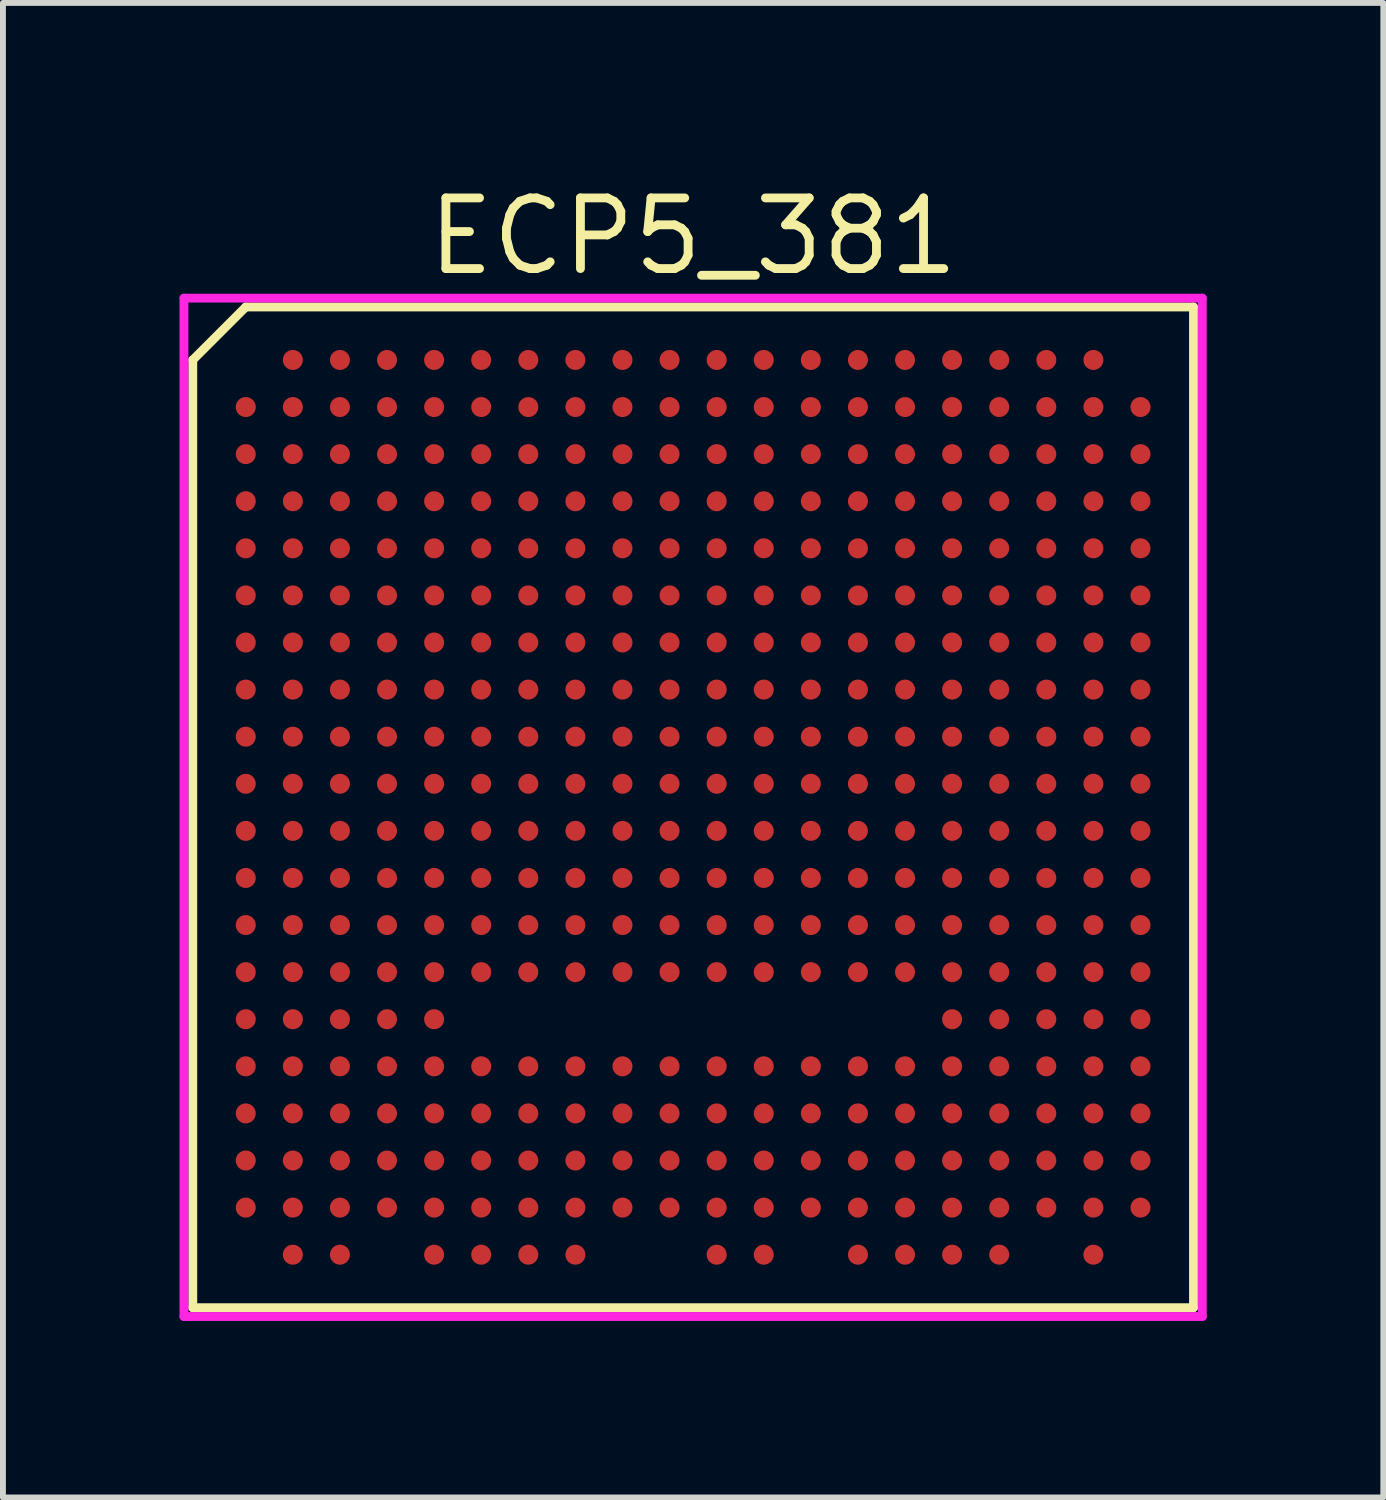
<source format=kicad_pcb>
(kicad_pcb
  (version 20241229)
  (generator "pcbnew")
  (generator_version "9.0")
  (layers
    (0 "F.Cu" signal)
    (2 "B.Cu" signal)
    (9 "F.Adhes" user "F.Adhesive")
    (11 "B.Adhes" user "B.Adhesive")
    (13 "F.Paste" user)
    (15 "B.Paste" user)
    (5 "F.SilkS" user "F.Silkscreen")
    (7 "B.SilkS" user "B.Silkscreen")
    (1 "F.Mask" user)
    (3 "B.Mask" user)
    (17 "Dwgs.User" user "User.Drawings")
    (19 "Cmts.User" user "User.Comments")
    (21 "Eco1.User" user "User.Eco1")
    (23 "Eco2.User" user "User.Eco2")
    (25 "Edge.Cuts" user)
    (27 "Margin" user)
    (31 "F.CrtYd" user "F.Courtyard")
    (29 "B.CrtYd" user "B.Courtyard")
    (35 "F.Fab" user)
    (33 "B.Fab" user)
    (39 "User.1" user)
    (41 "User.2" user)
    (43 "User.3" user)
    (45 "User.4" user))
  (footprint "ECP5_381"
    (layer "F.Cu")
    (at 8.725 10.665)
    (property "Reference" "ECP5_381" (at 0 -9.7 0) (layer "F.SilkS") (effects (font (size 1.2 1.2) (thickness 0.15))))
    (attr through_hole)
    (fp_line (start -8.5 -7.6) (end -8.5 8.5) (stroke (width 0.15) (type solid)) (layer "F.SilkS"))
    (fp_line (start -8.5 8.5) (end 8.5 8.5) (stroke (width 0.15) (type solid)) (layer "F.SilkS"))
    (fp_line (start -7.6 -8.5) (end -8.5 -7.6) (stroke (width 0.15) (type solid)) (layer "F.SilkS"))
    (fp_line (start 8.5 -8.5) (end -7.6 -8.5) (stroke (width 0.15) (type solid)) (layer "F.SilkS"))
    (fp_line (start 8.5 8.5) (end 8.5 -8.5) (stroke (width 0.15) (type solid)) (layer "F.SilkS"))
    (fp_line (start -8.65 -8.65) (end 8.65 -8.65) (stroke (width 0.15) (type solid)) (layer "F.CrtYd"))
    (fp_line (start -8.65 8.65) (end -8.65 -8.65) (stroke (width 0.15) (type solid)) (layer "F.CrtYd"))
    (fp_line (start 8.65 -8.65) (end 8.65 8.65) (stroke (width 0.15) (type solid)) (layer "F.CrtYd"))
    (fp_line (start 8.65 8.65) (end -8.65 8.65) (stroke (width 0.15) (type solid)) (layer "F.CrtYd"))
    (pad "A2" smd circle (at -6.8 -7.6) (size 0.34 0.34) (layers "F.Cu" "F.Mask" "F.Paste"))
    (pad "A3" smd circle (at -6 -7.6) (size 0.34 0.34) (layers "F.Cu" "F.Mask" "F.Paste"))
    (pad "A4" smd circle (at -5.2 -7.6) (size 0.34 0.34) (layers "F.Cu" "F.Mask" "F.Paste"))
    (pad "A5" smd circle (at -4.4 -7.6) (size 0.34 0.34) (layers "F.Cu" "F.Mask" "F.Paste"))
    (pad "A6" smd circle (at -3.6 -7.6) (size 0.34 0.34) (layers "F.Cu" "F.Mask" "F.Paste"))
    (pad "A7" smd circle (at -2.8 -7.6) (size 0.34 0.34) (layers "F.Cu" "F.Mask" "F.Paste"))
    (pad "A8" smd circle (at -2 -7.6) (size 0.34 0.34) (layers "F.Cu" "F.Mask" "F.Paste"))
    (pad "A9" smd circle (at -1.2 -7.6) (size 0.34 0.34) (layers "F.Cu" "F.Mask" "F.Paste"))
    (pad "A10" smd circle (at -0.4 -7.6) (size 0.34 0.34) (layers "F.Cu" "F.Mask" "F.Paste"))
    (pad "A11" smd circle (at 0.4 -7.6) (size 0.34 0.34) (layers "F.Cu" "F.Mask" "F.Paste"))
    (pad "A12" smd circle (at 1.2 -7.6) (size 0.34 0.34) (layers "F.Cu" "F.Mask" "F.Paste"))
    (pad "A13" smd circle (at 2 -7.6) (size 0.34 0.34) (layers "F.Cu" "F.Mask" "F.Paste"))
    (pad "A14" smd circle (at 2.8 -7.6) (size 0.34 0.34) (layers "F.Cu" "F.Mask" "F.Paste"))
    (pad "A15" smd circle (at 3.6 -7.6) (size 0.34 0.34) (layers "F.Cu" "F.Mask" "F.Paste"))
    (pad "A16" smd circle (at 4.4 -7.6) (size 0.34 0.34) (layers "F.Cu" "F.Mask" "F.Paste"))
    (pad "A17" smd circle (at 5.2 -7.6) (size 0.34 0.34) (layers "F.Cu" "F.Mask" "F.Paste"))
    (pad "A18" smd circle (at 6 -7.6) (size 0.34 0.34) (layers "F.Cu" "F.Mask" "F.Paste"))
    (pad "A19" smd circle (at 6.8 -7.6) (size 0.34 0.34) (layers "F.Cu" "F.Mask" "F.Paste"))
    (pad "B1" smd circle (at -7.6 -6.8) (size 0.34 0.34) (layers "F.Cu" "F.Mask" "F.Paste"))
    (pad "B2" smd circle (at -6.8 -6.8) (size 0.34 0.34) (layers "F.Cu" "F.Mask" "F.Paste"))
    (pad "B3" smd circle (at -6 -6.8) (size 0.34 0.34) (layers "F.Cu" "F.Mask" "F.Paste"))
    (pad "B4" smd circle (at -5.2 -6.8) (size 0.34 0.34) (layers "F.Cu" "F.Mask" "F.Paste"))
    (pad "B5" smd circle (at -4.4 -6.8) (size 0.34 0.34) (layers "F.Cu" "F.Mask" "F.Paste"))
    (pad "B6" smd circle (at -3.6 -6.8) (size 0.34 0.34) (layers "F.Cu" "F.Mask" "F.Paste"))
    (pad "B7" smd circle (at -2.8 -6.8) (size 0.34 0.34) (layers "F.Cu" "F.Mask" "F.Paste"))
    (pad "B8" smd circle (at -2 -6.8) (size 0.34 0.34) (layers "F.Cu" "F.Mask" "F.Paste"))
    (pad "B9" smd circle (at -1.2 -6.8) (size 0.34 0.34) (layers "F.Cu" "F.Mask" "F.Paste"))
    (pad "B10" smd circle (at -0.4 -6.8) (size 0.34 0.34) (layers "F.Cu" "F.Mask" "F.Paste"))
    (pad "B11" smd circle (at 0.4 -6.8) (size 0.34 0.34) (layers "F.Cu" "F.Mask" "F.Paste"))
    (pad "B12" smd circle (at 1.2 -6.8) (size 0.34 0.34) (layers "F.Cu" "F.Mask" "F.Paste"))
    (pad "B13" smd circle (at 2 -6.8) (size 0.34 0.34) (layers "F.Cu" "F.Mask" "F.Paste"))
    (pad "B14" smd circle (at 2.8 -6.8) (size 0.34 0.34) (layers "F.Cu" "F.Mask" "F.Paste"))
    (pad "B15" smd circle (at 3.6 -6.8) (size 0.34 0.34) (layers "F.Cu" "F.Mask" "F.Paste"))
    (pad "B16" smd circle (at 4.4 -6.8) (size 0.34 0.34) (layers "F.Cu" "F.Mask" "F.Paste"))
    (pad "B17" smd circle (at 5.2 -6.8) (size 0.34 0.34) (layers "F.Cu" "F.Mask" "F.Paste"))
    (pad "B18" smd circle (at 6 -6.8) (size 0.34 0.34) (layers "F.Cu" "F.Mask" "F.Paste"))
    (pad "B19" smd circle (at 6.8 -6.8) (size 0.34 0.34) (layers "F.Cu" "F.Mask" "F.Paste"))
    (pad "B20" smd circle (at 7.6 -6.8) (size 0.34 0.34) (layers "F.Cu" "F.Mask" "F.Paste"))
    (pad "C1" smd circle (at -7.6 -6) (size 0.34 0.34) (layers "F.Cu" "F.Mask" "F.Paste"))
    (pad "C2" smd circle (at -6.8 -6) (size 0.34 0.34) (layers "F.Cu" "F.Mask" "F.Paste"))
    (pad "C3" smd circle (at -6 -6) (size 0.34 0.34) (layers "F.Cu" "F.Mask" "F.Paste"))
    (pad "C4" smd circle (at -5.2 -6) (size 0.34 0.34) (layers "F.Cu" "F.Mask" "F.Paste"))
    (pad "C5" smd circle (at -4.4 -6) (size 0.34 0.34) (layers "F.Cu" "F.Mask" "F.Paste"))
    (pad "C6" smd circle (at -3.6 -6) (size 0.34 0.34) (layers "F.Cu" "F.Mask" "F.Paste"))
    (pad "C7" smd circle (at -2.8 -6) (size 0.34 0.34) (layers "F.Cu" "F.Mask" "F.Paste"))
    (pad "C8" smd circle (at -2 -6) (size 0.34 0.34) (layers "F.Cu" "F.Mask" "F.Paste"))
    (pad "C9" smd circle (at -1.2 -6) (size 0.34 0.34) (layers "F.Cu" "F.Mask" "F.Paste"))
    (pad "C10" smd circle (at -0.4 -6) (size 0.34 0.34) (layers "F.Cu" "F.Mask" "F.Paste"))
    (pad "C11" smd circle (at 0.4 -6) (size 0.34 0.34) (layers "F.Cu" "F.Mask" "F.Paste"))
    (pad "C12" smd circle (at 1.2 -6) (size 0.34 0.34) (layers "F.Cu" "F.Mask" "F.Paste"))
    (pad "C13" smd circle (at 2 -6) (size 0.34 0.34) (layers "F.Cu" "F.Mask" "F.Paste"))
    (pad "C14" smd circle (at 2.8 -6) (size 0.34 0.34) (layers "F.Cu" "F.Mask" "F.Paste"))
    (pad "C15" smd circle (at 3.6 -6) (size 0.34 0.34) (layers "F.Cu" "F.Mask" "F.Paste"))
    (pad "C16" smd circle (at 4.4 -6) (size 0.34 0.34) (layers "F.Cu" "F.Mask" "F.Paste"))
    (pad "C17" smd circle (at 5.2 -6) (size 0.34 0.34) (layers "F.Cu" "F.Mask" "F.Paste"))
    (pad "C18" smd circle (at 6 -6) (size 0.34 0.34) (layers "F.Cu" "F.Mask" "F.Paste"))
    (pad "C19" smd circle (at 6.8 -6) (size 0.34 0.34) (layers "F.Cu" "F.Mask" "F.Paste"))
    (pad "C20" smd circle (at 7.6 -6) (size 0.34 0.34) (layers "F.Cu" "F.Mask" "F.Paste"))
    (pad "D1" smd circle (at -7.6 -5.2) (size 0.34 0.34) (layers "F.Cu" "F.Mask" "F.Paste"))
    (pad "D2" smd circle (at -6.8 -5.2) (size 0.34 0.34) (layers "F.Cu" "F.Mask" "F.Paste"))
    (pad "D3" smd circle (at -6 -5.2) (size 0.34 0.34) (layers "F.Cu" "F.Mask" "F.Paste"))
    (pad "D4" smd circle (at -5.2 -5.2) (size 0.34 0.34) (layers "F.Cu" "F.Mask" "F.Paste"))
    (pad "D5" smd circle (at -4.4 -5.2) (size 0.34 0.34) (layers "F.Cu" "F.Mask" "F.Paste"))
    (pad "D6" smd circle (at -3.6 -5.2) (size 0.34 0.34) (layers "F.Cu" "F.Mask" "F.Paste"))
    (pad "D7" smd circle (at -2.8 -5.2) (size 0.34 0.34) (layers "F.Cu" "F.Mask" "F.Paste"))
    (pad "D8" smd circle (at -2 -5.2) (size 0.34 0.34) (layers "F.Cu" "F.Mask" "F.Paste"))
    (pad "D9" smd circle (at -1.2 -5.2) (size 0.34 0.34) (layers "F.Cu" "F.Mask" "F.Paste"))
    (pad "D10" smd circle (at -0.4 -5.2) (size 0.34 0.34) (layers "F.Cu" "F.Mask" "F.Paste"))
    (pad "D11" smd circle (at 0.4 -5.2) (size 0.34 0.34) (layers "F.Cu" "F.Mask" "F.Paste"))
    (pad "D12" smd circle (at 1.2 -5.2) (size 0.34 0.34) (layers "F.Cu" "F.Mask" "F.Paste"))
    (pad "D13" smd circle (at 2 -5.2) (size 0.34 0.34) (layers "F.Cu" "F.Mask" "F.Paste"))
    (pad "D14" smd circle (at 2.8 -5.2) (size 0.34 0.34) (layers "F.Cu" "F.Mask" "F.Paste"))
    (pad "D15" smd circle (at 3.6 -5.2) (size 0.34 0.34) (layers "F.Cu" "F.Mask" "F.Paste"))
    (pad "D16" smd circle (at 4.4 -5.2) (size 0.34 0.34) (layers "F.Cu" "F.Mask" "F.Paste"))
    (pad "D17" smd circle (at 5.2 -5.2) (size 0.34 0.34) (layers "F.Cu" "F.Mask" "F.Paste"))
    (pad "D18" smd circle (at 6 -5.2) (size 0.34 0.34) (layers "F.Cu" "F.Mask" "F.Paste"))
    (pad "D19" smd circle (at 6.8 -5.2) (size 0.34 0.34) (layers "F.Cu" "F.Mask" "F.Paste"))
    (pad "D20" smd circle (at 7.6 -5.2) (size 0.34 0.34) (layers "F.Cu" "F.Mask" "F.Paste"))
    (pad "E1" smd circle (at -7.6 -4.4) (size 0.34 0.34) (layers "F.Cu" "F.Mask" "F.Paste"))
    (pad "E2" smd circle (at -6.8 -4.4) (size 0.34 0.34) (layers "F.Cu" "F.Mask" "F.Paste"))
    (pad "E3" smd circle (at -6 -4.4) (size 0.34 0.34) (layers "F.Cu" "F.Mask" "F.Paste"))
    (pad "E4" smd circle (at -5.2 -4.4) (size 0.34 0.34) (layers "F.Cu" "F.Mask" "F.Paste"))
    (pad "E5" smd circle (at -4.4 -4.4) (size 0.34 0.34) (layers "F.Cu" "F.Mask" "F.Paste"))
    (pad "E6" smd circle (at -3.6 -4.4) (size 0.34 0.34) (layers "F.Cu" "F.Mask" "F.Paste"))
    (pad "E7" smd circle (at -2.8 -4.4) (size 0.34 0.34) (layers "F.Cu" "F.Mask" "F.Paste"))
    (pad "E8" smd circle (at -2 -4.4) (size 0.34 0.34) (layers "F.Cu" "F.Mask" "F.Paste"))
    (pad "E9" smd circle (at -1.2 -4.4) (size 0.34 0.34) (layers "F.Cu" "F.Mask" "F.Paste"))
    (pad "E10" smd circle (at -0.4 -4.4) (size 0.34 0.34) (layers "F.Cu" "F.Mask" "F.Paste"))
    (pad "E11" smd circle (at 0.4 -4.4) (size 0.34 0.34) (layers "F.Cu" "F.Mask" "F.Paste"))
    (pad "E12" smd circle (at 1.2 -4.4) (size 0.34 0.34) (layers "F.Cu" "F.Mask" "F.Paste"))
    (pad "E13" smd circle (at 2 -4.4) (size 0.34 0.34) (layers "F.Cu" "F.Mask" "F.Paste"))
    (pad "E14" smd circle (at 2.8 -4.4) (size 0.34 0.34) (layers "F.Cu" "F.Mask" "F.Paste"))
    (pad "E15" smd circle (at 3.6 -4.4) (size 0.34 0.34) (layers "F.Cu" "F.Mask" "F.Paste"))
    (pad "E16" smd circle (at 4.4 -4.4) (size 0.34 0.34) (layers "F.Cu" "F.Mask" "F.Paste"))
    (pad "E17" smd circle (at 5.2 -4.4) (size 0.34 0.34) (layers "F.Cu" "F.Mask" "F.Paste"))
    (pad "E18" smd circle (at 6 -4.4) (size 0.34 0.34) (layers "F.Cu" "F.Mask" "F.Paste"))
    (pad "E19" smd circle (at 6.8 -4.4) (size 0.34 0.34) (layers "F.Cu" "F.Mask" "F.Paste"))
    (pad "E20" smd circle (at 7.6 -4.4) (size 0.34 0.34) (layers "F.Cu" "F.Mask" "F.Paste"))
    (pad "F1" smd circle (at -7.6 -3.6) (size 0.34 0.34) (layers "F.Cu" "F.Mask" "F.Paste"))
    (pad "F2" smd circle (at -6.8 -3.6) (size 0.34 0.34) (layers "F.Cu" "F.Mask" "F.Paste"))
    (pad "F3" smd circle (at -6 -3.6) (size 0.34 0.34) (layers "F.Cu" "F.Mask" "F.Paste"))
    (pad "F4" smd circle (at -5.2 -3.6) (size 0.34 0.34) (layers "F.Cu" "F.Mask" "F.Paste"))
    (pad "F5" smd circle (at -4.4 -3.6) (size 0.34 0.34) (layers "F.Cu" "F.Mask" "F.Paste"))
    (pad "F6" smd circle (at -3.6 -3.6) (size 0.34 0.34) (layers "F.Cu" "F.Mask" "F.Paste"))
    (pad "F7" smd circle (at -2.8 -3.6) (size 0.34 0.34) (layers "F.Cu" "F.Mask" "F.Paste"))
    (pad "F8" smd circle (at -2 -3.6) (size 0.34 0.34) (layers "F.Cu" "F.Mask" "F.Paste"))
    (pad "F9" smd circle (at -1.2 -3.6) (size 0.34 0.34) (layers "F.Cu" "F.Mask" "F.Paste"))
    (pad "F10" smd circle (at -0.4 -3.6) (size 0.34 0.34) (layers "F.Cu" "F.Mask" "F.Paste"))
    (pad "F11" smd circle (at 0.4 -3.6) (size 0.34 0.34) (layers "F.Cu" "F.Mask" "F.Paste"))
    (pad "F12" smd circle (at 1.2 -3.6) (size 0.34 0.34) (layers "F.Cu" "F.Mask" "F.Paste"))
    (pad "F13" smd circle (at 2 -3.6) (size 0.34 0.34) (layers "F.Cu" "F.Mask" "F.Paste"))
    (pad "F14" smd circle (at 2.8 -3.6) (size 0.34 0.34) (layers "F.Cu" "F.Mask" "F.Paste"))
    (pad "F15" smd circle (at 3.6 -3.6) (size 0.34 0.34) (layers "F.Cu" "F.Mask" "F.Paste"))
    (pad "F16" smd circle (at 4.4 -3.6) (size 0.34 0.34) (layers "F.Cu" "F.Mask" "F.Paste"))
    (pad "F17" smd circle (at 5.2 -3.6) (size 0.34 0.34) (layers "F.Cu" "F.Mask" "F.Paste"))
    (pad "F18" smd circle (at 6 -3.6) (size 0.34 0.34) (layers "F.Cu" "F.Mask" "F.Paste"))
    (pad "F19" smd circle (at 6.8 -3.6) (size 0.34 0.34) (layers "F.Cu" "F.Mask" "F.Paste"))
    (pad "F20" smd circle (at 7.6 -3.6) (size 0.34 0.34) (layers "F.Cu" "F.Mask" "F.Paste"))
    (pad "G1" smd circle (at -7.6 -2.8) (size 0.34 0.34) (layers "F.Cu" "F.Mask" "F.Paste"))
    (pad "G2" smd circle (at -6.8 -2.8) (size 0.34 0.34) (layers "F.Cu" "F.Mask" "F.Paste"))
    (pad "G3" smd circle (at -6 -2.8) (size 0.34 0.34) (layers "F.Cu" "F.Mask" "F.Paste"))
    (pad "G4" smd circle (at -5.2 -2.8) (size 0.34 0.34) (layers "F.Cu" "F.Mask" "F.Paste"))
    (pad "G5" smd circle (at -4.4 -2.8) (size 0.34 0.34) (layers "F.Cu" "F.Mask" "F.Paste"))
    (pad "G6" smd circle (at -3.6 -2.8) (size 0.34 0.34) (layers "F.Cu" "F.Mask" "F.Paste"))
    (pad "G7" smd circle (at -2.8 -2.8) (size 0.34 0.34) (layers "F.Cu" "F.Mask" "F.Paste"))
    (pad "G8" smd circle (at -2 -2.8) (size 0.34 0.34) (layers "F.Cu" "F.Mask" "F.Paste"))
    (pad "G9" smd circle (at -1.2 -2.8) (size 0.34 0.34) (layers "F.Cu" "F.Mask" "F.Paste"))
    (pad "G10" smd circle (at -0.4 -2.8) (size 0.34 0.34) (layers "F.Cu" "F.Mask" "F.Paste"))
    (pad "G11" smd circle (at 0.4 -2.8) (size 0.34 0.34) (layers "F.Cu" "F.Mask" "F.Paste"))
    (pad "G12" smd circle (at 1.2 -2.8) (size 0.34 0.34) (layers "F.Cu" "F.Mask" "F.Paste"))
    (pad "G13" smd circle (at 2 -2.8) (size 0.34 0.34) (layers "F.Cu" "F.Mask" "F.Paste"))
    (pad "G14" smd circle (at 2.8 -2.8) (size 0.34 0.34) (layers "F.Cu" "F.Mask" "F.Paste"))
    (pad "G15" smd circle (at 3.6 -2.8) (size 0.34 0.34) (layers "F.Cu" "F.Mask" "F.Paste"))
    (pad "G16" smd circle (at 4.4 -2.8) (size 0.34 0.34) (layers "F.Cu" "F.Mask" "F.Paste"))
    (pad "G17" smd circle (at 5.2 -2.8) (size 0.34 0.34) (layers "F.Cu" "F.Mask" "F.Paste"))
    (pad "G18" smd circle (at 6 -2.8) (size 0.34 0.34) (layers "F.Cu" "F.Mask" "F.Paste"))
    (pad "G19" smd circle (at 6.8 -2.8) (size 0.34 0.34) (layers "F.Cu" "F.Mask" "F.Paste"))
    (pad "G20" smd circle (at 7.6 -2.8) (size 0.34 0.34) (layers "F.Cu" "F.Mask" "F.Paste"))
    (pad "H1" smd circle (at -7.6 -2) (size 0.34 0.34) (layers "F.Cu" "F.Mask" "F.Paste"))
    (pad "H2" smd circle (at -6.8 -2) (size 0.34 0.34) (layers "F.Cu" "F.Mask" "F.Paste"))
    (pad "H3" smd circle (at -6 -2) (size 0.34 0.34) (layers "F.Cu" "F.Mask" "F.Paste"))
    (pad "H4" smd circle (at -5.2 -2) (size 0.34 0.34) (layers "F.Cu" "F.Mask" "F.Paste"))
    (pad "H5" smd circle (at -4.4 -2) (size 0.34 0.34) (layers "F.Cu" "F.Mask" "F.Paste"))
    (pad "H6" smd circle (at -3.6 -2) (size 0.34 0.34) (layers "F.Cu" "F.Mask" "F.Paste"))
    (pad "H7" smd circle (at -2.8 -2) (size 0.34 0.34) (layers "F.Cu" "F.Mask" "F.Paste"))
    (pad "H8" smd circle (at -2 -2) (size 0.34 0.34) (layers "F.Cu" "F.Mask" "F.Paste"))
    (pad "H9" smd circle (at -1.2 -2) (size 0.34 0.34) (layers "F.Cu" "F.Mask" "F.Paste"))
    (pad "H10" smd circle (at -0.4 -2) (size 0.34 0.34) (layers "F.Cu" "F.Mask" "F.Paste"))
    (pad "H11" smd circle (at 0.4 -2) (size 0.34 0.34) (layers "F.Cu" "F.Mask" "F.Paste"))
    (pad "H12" smd circle (at 1.2 -2) (size 0.34 0.34) (layers "F.Cu" "F.Mask" "F.Paste"))
    (pad "H13" smd circle (at 2 -2) (size 0.34 0.34) (layers "F.Cu" "F.Mask" "F.Paste"))
    (pad "H14" smd circle (at 2.8 -2) (size 0.34 0.34) (layers "F.Cu" "F.Mask" "F.Paste"))
    (pad "H15" smd circle (at 3.6 -2) (size 0.34 0.34) (layers "F.Cu" "F.Mask" "F.Paste"))
    (pad "H16" smd circle (at 4.4 -2) (size 0.34 0.34) (layers "F.Cu" "F.Mask" "F.Paste"))
    (pad "H17" smd circle (at 5.2 -2) (size 0.34 0.34) (layers "F.Cu" "F.Mask" "F.Paste"))
    (pad "H18" smd circle (at 6 -2) (size 0.34 0.34) (layers "F.Cu" "F.Mask" "F.Paste"))
    (pad "H19" smd circle (at 6.8 -2) (size 0.34 0.34) (layers "F.Cu" "F.Mask" "F.Paste"))
    (pad "H20" smd circle (at 7.6 -2) (size 0.34 0.34) (layers "F.Cu" "F.Mask" "F.Paste"))
    (pad "J1" smd circle (at -7.6 -1.2) (size 0.34 0.34) (layers "F.Cu" "F.Mask" "F.Paste"))
    (pad "J2" smd circle (at -6.8 -1.2) (size 0.34 0.34) (layers "F.Cu" "F.Mask" "F.Paste"))
    (pad "J3" smd circle (at -6 -1.2) (size 0.34 0.34) (layers "F.Cu" "F.Mask" "F.Paste"))
    (pad "J4" smd circle (at -5.2 -1.2) (size 0.34 0.34) (layers "F.Cu" "F.Mask" "F.Paste"))
    (pad "J5" smd circle (at -4.4 -1.2) (size 0.34 0.34) (layers "F.Cu" "F.Mask" "F.Paste"))
    (pad "J6" smd circle (at -3.6 -1.2) (size 0.34 0.34) (layers "F.Cu" "F.Mask" "F.Paste"))
    (pad "J7" smd circle (at -2.8 -1.2) (size 0.34 0.34) (layers "F.Cu" "F.Mask" "F.Paste"))
    (pad "J8" smd circle (at -2 -1.2) (size 0.34 0.34) (layers "F.Cu" "F.Mask" "F.Paste"))
    (pad "J9" smd circle (at -1.2 -1.2) (size 0.34 0.34) (layers "F.Cu" "F.Mask" "F.Paste"))
    (pad "J10" smd circle (at -0.4 -1.2) (size 0.34 0.34) (layers "F.Cu" "F.Mask" "F.Paste"))
    (pad "J11" smd circle (at 0.4 -1.2) (size 0.34 0.34) (layers "F.Cu" "F.Mask" "F.Paste"))
    (pad "J12" smd circle (at 1.2 -1.2) (size 0.34 0.34) (layers "F.Cu" "F.Mask" "F.Paste"))
    (pad "J13" smd circle (at 2 -1.2) (size 0.34 0.34) (layers "F.Cu" "F.Mask" "F.Paste"))
    (pad "J14" smd circle (at 2.8 -1.2) (size 0.34 0.34) (layers "F.Cu" "F.Mask" "F.Paste"))
    (pad "J15" smd circle (at 3.6 -1.2) (size 0.34 0.34) (layers "F.Cu" "F.Mask" "F.Paste"))
    (pad "J16" smd circle (at 4.4 -1.2) (size 0.34 0.34) (layers "F.Cu" "F.Mask" "F.Paste"))
    (pad "J17" smd circle (at 5.2 -1.2) (size 0.34 0.34) (layers "F.Cu" "F.Mask" "F.Paste"))
    (pad "J18" smd circle (at 6 -1.2) (size 0.34 0.34) (layers "F.Cu" "F.Mask" "F.Paste"))
    (pad "J19" smd circle (at 6.8 -1.2) (size 0.34 0.34) (layers "F.Cu" "F.Mask" "F.Paste"))
    (pad "J20" smd circle (at 7.6 -1.2) (size 0.34 0.34) (layers "F.Cu" "F.Mask" "F.Paste"))
    (pad "K1" smd circle (at -7.6 -0.4) (size 0.34 0.34) (layers "F.Cu" "F.Mask" "F.Paste"))
    (pad "K2" smd circle (at -6.8 -0.4) (size 0.34 0.34) (layers "F.Cu" "F.Mask" "F.Paste"))
    (pad "K3" smd circle (at -6 -0.4) (size 0.34 0.34) (layers "F.Cu" "F.Mask" "F.Paste"))
    (pad "K4" smd circle (at -5.2 -0.4) (size 0.34 0.34) (layers "F.Cu" "F.Mask" "F.Paste"))
    (pad "K5" smd circle (at -4.4 -0.4) (size 0.34 0.34) (layers "F.Cu" "F.Mask" "F.Paste"))
    (pad "K6" smd circle (at -3.6 -0.4) (size 0.34 0.34) (layers "F.Cu" "F.Mask" "F.Paste"))
    (pad "K7" smd circle (at -2.8 -0.4) (size 0.34 0.34) (layers "F.Cu" "F.Mask" "F.Paste"))
    (pad "K8" smd circle (at -2 -0.4) (size 0.34 0.34) (layers "F.Cu" "F.Mask" "F.Paste"))
    (pad "K9" smd circle (at -1.2 -0.4) (size 0.34 0.34) (layers "F.Cu" "F.Mask" "F.Paste"))
    (pad "K10" smd circle (at -0.4 -0.4) (size 0.34 0.34) (layers "F.Cu" "F.Mask" "F.Paste"))
    (pad "K11" smd circle (at 0.4 -0.4) (size 0.34 0.34) (layers "F.Cu" "F.Mask" "F.Paste"))
    (pad "K12" smd circle (at 1.2 -0.4) (size 0.34 0.34) (layers "F.Cu" "F.Mask" "F.Paste"))
    (pad "K13" smd circle (at 2 -0.4) (size 0.34 0.34) (layers "F.Cu" "F.Mask" "F.Paste"))
    (pad "K14" smd circle (at 2.8 -0.4) (size 0.34 0.34) (layers "F.Cu" "F.Mask" "F.Paste"))
    (pad "K15" smd circle (at 3.6 -0.4) (size 0.34 0.34) (layers "F.Cu" "F.Mask" "F.Paste"))
    (pad "K16" smd circle (at 4.4 -0.4) (size 0.34 0.34) (layers "F.Cu" "F.Mask" "F.Paste"))
    (pad "K17" smd circle (at 5.2 -0.4) (size 0.34 0.34) (layers "F.Cu" "F.Mask" "F.Paste"))
    (pad "K18" smd circle (at 6 -0.4) (size 0.34 0.34) (layers "F.Cu" "F.Mask" "F.Paste"))
    (pad "K19" smd circle (at 6.8 -0.4) (size 0.34 0.34) (layers "F.Cu" "F.Mask" "F.Paste"))
    (pad "K20" smd circle (at 7.6 -0.4) (size 0.34 0.34) (layers "F.Cu" "F.Mask" "F.Paste"))
    (pad "L1" smd circle (at -7.6 0.4) (size 0.34 0.34) (layers "F.Cu" "F.Mask" "F.Paste"))
    (pad "L2" smd circle (at -6.8 0.4) (size 0.34 0.34) (layers "F.Cu" "F.Mask" "F.Paste"))
    (pad "L3" smd circle (at -6 0.4) (size 0.34 0.34) (layers "F.Cu" "F.Mask" "F.Paste"))
    (pad "L4" smd circle (at -5.2 0.4) (size 0.34 0.34) (layers "F.Cu" "F.Mask" "F.Paste"))
    (pad "L5" smd circle (at -4.4 0.4) (size 0.34 0.34) (layers "F.Cu" "F.Mask" "F.Paste"))
    (pad "L6" smd circle (at -3.6 0.4) (size 0.34 0.34) (layers "F.Cu" "F.Mask" "F.Paste"))
    (pad "L7" smd circle (at -2.8 0.4) (size 0.34 0.34) (layers "F.Cu" "F.Mask" "F.Paste"))
    (pad "L8" smd circle (at -2 0.4) (size 0.34 0.34) (layers "F.Cu" "F.Mask" "F.Paste"))
    (pad "L9" smd circle (at -1.2 0.4) (size 0.34 0.34) (layers "F.Cu" "F.Mask" "F.Paste"))
    (pad "L10" smd circle (at -0.4 0.4) (size 0.34 0.34) (layers "F.Cu" "F.Mask" "F.Paste"))
    (pad "L11" smd circle (at 0.4 0.4) (size 0.34 0.34) (layers "F.Cu" "F.Mask" "F.Paste"))
    (pad "L12" smd circle (at 1.2 0.4) (size 0.34 0.34) (layers "F.Cu" "F.Mask" "F.Paste"))
    (pad "L13" smd circle (at 2 0.4) (size 0.34 0.34) (layers "F.Cu" "F.Mask" "F.Paste"))
    (pad "L14" smd circle (at 2.8 0.4) (size 0.34 0.34) (layers "F.Cu" "F.Mask" "F.Paste"))
    (pad "L15" smd circle (at 3.6 0.4) (size 0.34 0.34) (layers "F.Cu" "F.Mask" "F.Paste"))
    (pad "L16" smd circle (at 4.4 0.4) (size 0.34 0.34) (layers "F.Cu" "F.Mask" "F.Paste"))
    (pad "L17" smd circle (at 5.2 0.4) (size 0.34 0.34) (layers "F.Cu" "F.Mask" "F.Paste"))
    (pad "L18" smd circle (at 6 0.4) (size 0.34 0.34) (layers "F.Cu" "F.Mask" "F.Paste"))
    (pad "L19" smd circle (at 6.8 0.4) (size 0.34 0.34) (layers "F.Cu" "F.Mask" "F.Paste"))
    (pad "L20" smd circle (at 7.6 0.4) (size 0.34 0.34) (layers "F.Cu" "F.Mask" "F.Paste"))
    (pad "M1" smd circle (at -7.6 1.2) (size 0.34 0.34) (layers "F.Cu" "F.Mask" "F.Paste"))
    (pad "M2" smd circle (at -6.8 1.2) (size 0.34 0.34) (layers "F.Cu" "F.Mask" "F.Paste"))
    (pad "M3" smd circle (at -6 1.2) (size 0.34 0.34) (layers "F.Cu" "F.Mask" "F.Paste"))
    (pad "M4" smd circle (at -5.2 1.2) (size 0.34 0.34) (layers "F.Cu" "F.Mask" "F.Paste"))
    (pad "M5" smd circle (at -4.4 1.2) (size 0.34 0.34) (layers "F.Cu" "F.Mask" "F.Paste"))
    (pad "M6" smd circle (at -3.6 1.2) (size 0.34 0.34) (layers "F.Cu" "F.Mask" "F.Paste"))
    (pad "M7" smd circle (at -2.8 1.2) (size 0.34 0.34) (layers "F.Cu" "F.Mask" "F.Paste"))
    (pad "M8" smd circle (at -2 1.2) (size 0.34 0.34) (layers "F.Cu" "F.Mask" "F.Paste"))
    (pad "M9" smd circle (at -1.2 1.2) (size 0.34 0.34) (layers "F.Cu" "F.Mask" "F.Paste"))
    (pad "M10" smd circle (at -0.4 1.2) (size 0.34 0.34) (layers "F.Cu" "F.Mask" "F.Paste"))
    (pad "M11" smd circle (at 0.4 1.2) (size 0.34 0.34) (layers "F.Cu" "F.Mask" "F.Paste"))
    (pad "M12" smd circle (at 1.2 1.2) (size 0.34 0.34) (layers "F.Cu" "F.Mask" "F.Paste"))
    (pad "M13" smd circle (at 2 1.2) (size 0.34 0.34) (layers "F.Cu" "F.Mask" "F.Paste"))
    (pad "M14" smd circle (at 2.8 1.2) (size 0.34 0.34) (layers "F.Cu" "F.Mask" "F.Paste"))
    (pad "M15" smd circle (at 3.6 1.2) (size 0.34 0.34) (layers "F.Cu" "F.Mask" "F.Paste"))
    (pad "M16" smd circle (at 4.4 1.2) (size 0.34 0.34) (layers "F.Cu" "F.Mask" "F.Paste"))
    (pad "M17" smd circle (at 5.2 1.2) (size 0.34 0.34) (layers "F.Cu" "F.Mask" "F.Paste"))
    (pad "M18" smd circle (at 6 1.2) (size 0.34 0.34) (layers "F.Cu" "F.Mask" "F.Paste"))
    (pad "M19" smd circle (at 6.8 1.2) (size 0.34 0.34) (layers "F.Cu" "F.Mask" "F.Paste"))
    (pad "M20" smd circle (at 7.6 1.2) (size 0.34 0.34) (layers "F.Cu" "F.Mask" "F.Paste"))
    (pad "N1" smd circle (at -7.6 2) (size 0.34 0.34) (layers "F.Cu" "F.Mask" "F.Paste"))
    (pad "N2" smd circle (at -6.8 2) (size 0.34 0.34) (layers "F.Cu" "F.Mask" "F.Paste"))
    (pad "N3" smd circle (at -6 2) (size 0.34 0.34) (layers "F.Cu" "F.Mask" "F.Paste"))
    (pad "N4" smd circle (at -5.2 2) (size 0.34 0.34) (layers "F.Cu" "F.Mask" "F.Paste"))
    (pad "N5" smd circle (at -4.4 2) (size 0.34 0.34) (layers "F.Cu" "F.Mask" "F.Paste"))
    (pad "N6" smd circle (at -3.6 2) (size 0.34 0.34) (layers "F.Cu" "F.Mask" "F.Paste"))
    (pad "N7" smd circle (at -2.8 2) (size 0.34 0.34) (layers "F.Cu" "F.Mask" "F.Paste"))
    (pad "N8" smd circle (at -2 2) (size 0.34 0.34) (layers "F.Cu" "F.Mask" "F.Paste"))
    (pad "N9" smd circle (at -1.2 2) (size 0.34 0.34) (layers "F.Cu" "F.Mask" "F.Paste"))
    (pad "N10" smd circle (at -0.4 2) (size 0.34 0.34) (layers "F.Cu" "F.Mask" "F.Paste"))
    (pad "N11" smd circle (at 0.4 2) (size 0.34 0.34) (layers "F.Cu" "F.Mask" "F.Paste"))
    (pad "N12" smd circle (at 1.2 2) (size 0.34 0.34) (layers "F.Cu" "F.Mask" "F.Paste"))
    (pad "N13" smd circle (at 2 2) (size 0.34 0.34) (layers "F.Cu" "F.Mask" "F.Paste"))
    (pad "N14" smd circle (at 2.8 2) (size 0.34 0.34) (layers "F.Cu" "F.Mask" "F.Paste"))
    (pad "N15" smd circle (at 3.6 2) (size 0.34 0.34) (layers "F.Cu" "F.Mask" "F.Paste"))
    (pad "N16" smd circle (at 4.4 2) (size 0.34 0.34) (layers "F.Cu" "F.Mask" "F.Paste"))
    (pad "N17" smd circle (at 5.2 2) (size 0.34 0.34) (layers "F.Cu" "F.Mask" "F.Paste"))
    (pad "N18" smd circle (at 6 2) (size 0.34 0.34) (layers "F.Cu" "F.Mask" "F.Paste"))
    (pad "N19" smd circle (at 6.8 2) (size 0.34 0.34) (layers "F.Cu" "F.Mask" "F.Paste"))
    (pad "N20" smd circle (at 7.6 2) (size 0.34 0.34) (layers "F.Cu" "F.Mask" "F.Paste"))
    (pad "P1" smd circle (at -7.6 2.8) (size 0.34 0.34) (layers "F.Cu" "F.Mask" "F.Paste"))
    (pad "P2" smd circle (at -6.8 2.8) (size 0.34 0.34) (layers "F.Cu" "F.Mask" "F.Paste"))
    (pad "P3" smd circle (at -6 2.8) (size 0.34 0.34) (layers "F.Cu" "F.Mask" "F.Paste"))
    (pad "P4" smd circle (at -5.2 2.8) (size 0.34 0.34) (layers "F.Cu" "F.Mask" "F.Paste"))
    (pad "P5" smd circle (at -4.4 2.8) (size 0.34 0.34) (layers "F.Cu" "F.Mask" "F.Paste"))
    (pad "P6" smd circle (at -3.6 2.8) (size 0.34 0.34) (layers "F.Cu" "F.Mask" "F.Paste"))
    (pad "P7" smd circle (at -2.8 2.8) (size 0.34 0.34) (layers "F.Cu" "F.Mask" "F.Paste"))
    (pad "P8" smd circle (at -2 2.8) (size 0.34 0.34) (layers "F.Cu" "F.Mask" "F.Paste"))
    (pad "P9" smd circle (at -1.2 2.8) (size 0.34 0.34) (layers "F.Cu" "F.Mask" "F.Paste"))
    (pad "P10" smd circle (at -0.4 2.8) (size 0.34 0.34) (layers "F.Cu" "F.Mask" "F.Paste"))
    (pad "P11" smd circle (at 0.4 2.8) (size 0.34 0.34) (layers "F.Cu" "F.Mask" "F.Paste"))
    (pad "P12" smd circle (at 1.2 2.8) (size 0.34 0.34) (layers "F.Cu" "F.Mask" "F.Paste"))
    (pad "P13" smd circle (at 2 2.8) (size 0.34 0.34) (layers "F.Cu" "F.Mask" "F.Paste"))
    (pad "P14" smd circle (at 2.8 2.8) (size 0.34 0.34) (layers "F.Cu" "F.Mask" "F.Paste"))
    (pad "P15" smd circle (at 3.6 2.8) (size 0.34 0.34) (layers "F.Cu" "F.Mask" "F.Paste"))
    (pad "P16" smd circle (at 4.4 2.8) (size 0.34 0.34) (layers "F.Cu" "F.Mask" "F.Paste"))
    (pad "P17" smd circle (at 5.2 2.8) (size 0.34 0.34) (layers "F.Cu" "F.Mask" "F.Paste"))
    (pad "P18" smd circle (at 6 2.8) (size 0.34 0.34) (layers "F.Cu" "F.Mask" "F.Paste"))
    (pad "P19" smd circle (at 6.8 2.8) (size 0.34 0.34) (layers "F.Cu" "F.Mask" "F.Paste"))
    (pad "P20" smd circle (at 7.6 2.8) (size 0.34 0.34) (layers "F.Cu" "F.Mask" "F.Paste"))
    (pad "R1" smd circle (at -7.6 3.6) (size 0.34 0.34) (layers "F.Cu" "F.Mask" "F.Paste"))
    (pad "R2" smd circle (at -6.8 3.6) (size 0.34 0.34) (layers "F.Cu" "F.Mask" "F.Paste"))
    (pad "R3" smd circle (at -6 3.6) (size 0.34 0.34) (layers "F.Cu" "F.Mask" "F.Paste"))
    (pad "R4" smd circle (at -5.2 3.6) (size 0.34 0.34) (layers "F.Cu" "F.Mask" "F.Paste"))
    (pad "R5" smd circle (at -4.4 3.6) (size 0.34 0.34) (layers "F.Cu" "F.Mask" "F.Paste"))
    (pad "R16" smd circle (at 4.4 3.6) (size 0.34 0.34) (layers "F.Cu" "F.Mask" "F.Paste"))
    (pad "R17" smd circle (at 5.2 3.6) (size 0.34 0.34) (layers "F.Cu" "F.Mask" "F.Paste"))
    (pad "R18" smd circle (at 6 3.6) (size 0.34 0.34) (layers "F.Cu" "F.Mask" "F.Paste"))
    (pad "R19" smd circle (at 6.8 3.6) (size 0.34 0.34) (layers "F.Cu" "F.Mask" "F.Paste"))
    (pad "R20" smd circle (at 7.6 3.6) (size 0.34 0.34) (layers "F.Cu" "F.Mask" "F.Paste"))
    (pad "T1" smd circle (at -7.6 4.4) (size 0.34 0.34) (layers "F.Cu" "F.Mask" "F.Paste"))
    (pad "T2" smd circle (at -6.8 4.4) (size 0.34 0.34) (layers "F.Cu" "F.Mask" "F.Paste"))
    (pad "T3" smd circle (at -6 4.4) (size 0.34 0.34) (layers "F.Cu" "F.Mask" "F.Paste"))
    (pad "T4" smd circle (at -5.2 4.4) (size 0.34 0.34) (layers "F.Cu" "F.Mask" "F.Paste"))
    (pad "T5" smd circle (at -4.4 4.4) (size 0.34 0.34) (layers "F.Cu" "F.Mask" "F.Paste"))
    (pad "T6" smd circle (at -3.6 4.4) (size 0.34 0.34) (layers "F.Cu" "F.Mask" "F.Paste"))
    (pad "T7" smd circle (at -2.8 4.4) (size 0.34 0.34) (layers "F.Cu" "F.Mask" "F.Paste"))
    (pad "T8" smd circle (at -2 4.4) (size 0.34 0.34) (layers "F.Cu" "F.Mask" "F.Paste"))
    (pad "T9" smd circle (at -1.2 4.4) (size 0.34 0.34) (layers "F.Cu" "F.Mask" "F.Paste"))
    (pad "T10" smd circle (at -0.4 4.4) (size 0.34 0.34) (layers "F.Cu" "F.Mask" "F.Paste"))
    (pad "T11" smd circle (at 0.4 4.4) (size 0.34 0.34) (layers "F.Cu" "F.Mask" "F.Paste"))
    (pad "T12" smd circle (at 1.2 4.4) (size 0.34 0.34) (layers "F.Cu" "F.Mask" "F.Paste"))
    (pad "T13" smd circle (at 2 4.4) (size 0.34 0.34) (layers "F.Cu" "F.Mask" "F.Paste"))
    (pad "T14" smd circle (at 2.8 4.4) (size 0.34 0.34) (layers "F.Cu" "F.Mask" "F.Paste"))
    (pad "T15" smd circle (at 3.6 4.4) (size 0.34 0.34) (layers "F.Cu" "F.Mask" "F.Paste"))
    (pad "T16" smd circle (at 4.4 4.4) (size 0.34 0.34) (layers "F.Cu" "F.Mask" "F.Paste"))
    (pad "T17" smd circle (at 5.2 4.4) (size 0.34 0.34) (layers "F.Cu" "F.Mask" "F.Paste"))
    (pad "T18" smd circle (at 6 4.4) (size 0.34 0.34) (layers "F.Cu" "F.Mask" "F.Paste"))
    (pad "T19" smd circle (at 6.8 4.4) (size 0.34 0.34) (layers "F.Cu" "F.Mask" "F.Paste"))
    (pad "T20" smd circle (at 7.6 4.4) (size 0.34 0.34) (layers "F.Cu" "F.Mask" "F.Paste"))
    (pad "U1" smd circle (at -7.6 5.2) (size 0.34 0.34) (layers "F.Cu" "F.Mask" "F.Paste"))
    (pad "U2" smd circle (at -6.8 5.2) (size 0.34 0.34) (layers "F.Cu" "F.Mask" "F.Paste"))
    (pad "U3" smd circle (at -6 5.2) (size 0.34 0.34) (layers "F.Cu" "F.Mask" "F.Paste"))
    (pad "U4" smd circle (at -5.2 5.2) (size 0.34 0.34) (layers "F.Cu" "F.Mask" "F.Paste"))
    (pad "U5" smd circle (at -4.4 5.2) (size 0.34 0.34) (layers "F.Cu" "F.Mask" "F.Paste"))
    (pad "U6" smd circle (at -3.6 5.2) (size 0.34 0.34) (layers "F.Cu" "F.Mask" "F.Paste"))
    (pad "U7" smd circle (at -2.8 5.2) (size 0.34 0.34) (layers "F.Cu" "F.Mask" "F.Paste"))
    (pad "U8" smd circle (at -2 5.2) (size 0.34 0.34) (layers "F.Cu" "F.Mask" "F.Paste"))
    (pad "U9" smd circle (at -1.2 5.2) (size 0.34 0.34) (layers "F.Cu" "F.Mask" "F.Paste"))
    (pad "U10" smd circle (at -0.4 5.2) (size 0.34 0.34) (layers "F.Cu" "F.Mask" "F.Paste"))
    (pad "U11" smd circle (at 0.4 5.2) (size 0.34 0.34) (layers "F.Cu" "F.Mask" "F.Paste"))
    (pad "U12" smd circle (at 1.2 5.2) (size 0.34 0.34) (layers "F.Cu" "F.Mask" "F.Paste"))
    (pad "U13" smd circle (at 2 5.2) (size 0.34 0.34) (layers "F.Cu" "F.Mask" "F.Paste"))
    (pad "U14" smd circle (at 2.8 5.2) (size 0.34 0.34) (layers "F.Cu" "F.Mask" "F.Paste"))
    (pad "U15" smd circle (at 3.6 5.2) (size 0.34 0.34) (layers "F.Cu" "F.Mask" "F.Paste"))
    (pad "U16" smd circle (at 4.4 5.2) (size 0.34 0.34) (layers "F.Cu" "F.Mask" "F.Paste"))
    (pad "U17" smd circle (at 5.2 5.2) (size 0.34 0.34) (layers "F.Cu" "F.Mask" "F.Paste"))
    (pad "U18" smd circle (at 6 5.2) (size 0.34 0.34) (layers "F.Cu" "F.Mask" "F.Paste"))
    (pad "U19" smd circle (at 6.8 5.2) (size 0.34 0.34) (layers "F.Cu" "F.Mask" "F.Paste"))
    (pad "U20" smd circle (at 7.6 5.2) (size 0.34 0.34) (layers "F.Cu" "F.Mask" "F.Paste"))
    (pad "V1" smd circle (at -7.6 6) (size 0.34 0.34) (layers "F.Cu" "F.Mask" "F.Paste"))
    (pad "V2" smd circle (at -6.8 6) (size 0.34 0.34) (layers "F.Cu" "F.Mask" "F.Paste"))
    (pad "V3" smd circle (at -6 6) (size 0.34 0.34) (layers "F.Cu" "F.Mask" "F.Paste"))
    (pad "V4" smd circle (at -5.2 6) (size 0.34 0.34) (layers "F.Cu" "F.Mask" "F.Paste"))
    (pad "V5" smd circle (at -4.4 6) (size 0.34 0.34) (layers "F.Cu" "F.Mask" "F.Paste"))
    (pad "V6" smd circle (at -3.6 6) (size 0.34 0.34) (layers "F.Cu" "F.Mask" "F.Paste"))
    (pad "V7" smd circle (at -2.8 6) (size 0.34 0.34) (layers "F.Cu" "F.Mask" "F.Paste"))
    (pad "V8" smd circle (at -2 6) (size 0.34 0.34) (layers "F.Cu" "F.Mask" "F.Paste"))
    (pad "V9" smd circle (at -1.2 6) (size 0.34 0.34) (layers "F.Cu" "F.Mask" "F.Paste"))
    (pad "V10" smd circle (at -0.4 6) (size 0.34 0.34) (layers "F.Cu" "F.Mask" "F.Paste"))
    (pad "V11" smd circle (at 0.4 6) (size 0.34 0.34) (layers "F.Cu" "F.Mask" "F.Paste"))
    (pad "V12" smd circle (at 1.2 6) (size 0.34 0.34) (layers "F.Cu" "F.Mask" "F.Paste"))
    (pad "V13" smd circle (at 2 6) (size 0.34 0.34) (layers "F.Cu" "F.Mask" "F.Paste"))
    (pad "V14" smd circle (at 2.8 6) (size 0.34 0.34) (layers "F.Cu" "F.Mask" "F.Paste"))
    (pad "V15" smd circle (at 3.6 6) (size 0.34 0.34) (layers "F.Cu" "F.Mask" "F.Paste"))
    (pad "V16" smd circle (at 4.4 6) (size 0.34 0.34) (layers "F.Cu" "F.Mask" "F.Paste"))
    (pad "V17" smd circle (at 5.2 6) (size 0.34 0.34) (layers "F.Cu" "F.Mask" "F.Paste"))
    (pad "V18" smd circle (at 6 6) (size 0.34 0.34) (layers "F.Cu" "F.Mask" "F.Paste"))
    (pad "V19" smd circle (at 6.8 6) (size 0.34 0.34) (layers "F.Cu" "F.Mask" "F.Paste"))
    (pad "V20" smd circle (at 7.6 6) (size 0.34 0.34) (layers "F.Cu" "F.Mask" "F.Paste"))
    (pad "W1" smd circle (at -7.6 6.8) (size 0.34 0.34) (layers "F.Cu" "F.Mask" "F.Paste"))
    (pad "W2" smd circle (at -6.8 6.8) (size 0.34 0.34) (layers "F.Cu" "F.Mask" "F.Paste"))
    (pad "W3" smd circle (at -6 6.8) (size 0.34 0.34) (layers "F.Cu" "F.Mask" "F.Paste"))
    (pad "W4" smd circle (at -5.2 6.8) (size 0.34 0.34) (layers "F.Cu" "F.Mask" "F.Paste"))
    (pad "W5" smd circle (at -4.4 6.8) (size 0.34 0.34) (layers "F.Cu" "F.Mask" "F.Paste"))
    (pad "W6" smd circle (at -3.6 6.8) (size 0.34 0.34) (layers "F.Cu" "F.Mask" "F.Paste"))
    (pad "W7" smd circle (at -2.8 6.8) (size 0.34 0.34) (layers "F.Cu" "F.Mask" "F.Paste"))
    (pad "W8" smd circle (at -2 6.8) (size 0.34 0.34) (layers "F.Cu" "F.Mask" "F.Paste"))
    (pad "W9" smd circle (at -1.2 6.8) (size 0.34 0.34) (layers "F.Cu" "F.Mask" "F.Paste"))
    (pad "W10" smd circle (at -0.4 6.8) (size 0.34 0.34) (layers "F.Cu" "F.Mask" "F.Paste"))
    (pad "W11" smd circle (at 0.4 6.8) (size 0.34 0.34) (layers "F.Cu" "F.Mask" "F.Paste"))
    (pad "W12" smd circle (at 1.2 6.8) (size 0.34 0.34) (layers "F.Cu" "F.Mask" "F.Paste"))
    (pad "W13" smd circle (at 2 6.8) (size 0.34 0.34) (layers "F.Cu" "F.Mask" "F.Paste"))
    (pad "W14" smd circle (at 2.8 6.8) (size 0.34 0.34) (layers "F.Cu" "F.Mask" "F.Paste"))
    (pad "W15" smd circle (at 3.6 6.8) (size 0.34 0.34) (layers "F.Cu" "F.Mask" "F.Paste"))
    (pad "W16" smd circle (at 4.4 6.8) (size 0.34 0.34) (layers "F.Cu" "F.Mask" "F.Paste"))
    (pad "W17" smd circle (at 5.2 6.8) (size 0.34 0.34) (layers "F.Cu" "F.Mask" "F.Paste"))
    (pad "W18" smd circle (at 6 6.8) (size 0.34 0.34) (layers "F.Cu" "F.Mask" "F.Paste"))
    (pad "W19" smd circle (at 6.8 6.8) (size 0.34 0.34) (layers "F.Cu" "F.Mask" "F.Paste"))
    (pad "W20" smd circle (at 7.6 6.8) (size 0.34 0.34) (layers "F.Cu" "F.Mask" "F.Paste"))
    (pad "Y2" smd circle (at -6.8 7.6) (size 0.34 0.34) (layers "F.Cu" "F.Mask" "F.Paste"))
    (pad "Y3" smd circle (at -6 7.6) (size 0.34 0.34) (layers "F.Cu" "F.Mask" "F.Paste"))
    (pad "Y5" smd circle (at -4.4 7.6) (size 0.34 0.34) (layers "F.Cu" "F.Mask" "F.Paste"))
    (pad "Y6" smd circle (at -3.6 7.6) (size 0.34 0.34) (layers "F.Cu" "F.Mask" "F.Paste"))
    (pad "Y7" smd circle (at -2.8 7.6) (size 0.34 0.34) (layers "F.Cu" "F.Mask" "F.Paste"))
    (pad "Y8" smd circle (at -2 7.6) (size 0.34 0.34) (layers "F.Cu" "F.Mask" "F.Paste"))
    (pad "Y11" smd circle (at 0.4 7.6) (size 0.34 0.34) (layers "F.Cu" "F.Mask" "F.Paste"))
    (pad "Y12" smd circle (at 1.2 7.6) (size 0.34 0.34) (layers "F.Cu" "F.Mask" "F.Paste"))
    (pad "Y14" smd circle (at 2.8 7.6) (size 0.34 0.34) (layers "F.Cu" "F.Mask" "F.Paste"))
    (pad "Y15" smd circle (at 3.6 7.6) (size 0.34 0.34) (layers "F.Cu" "F.Mask" "F.Paste"))
    (pad "Y16" smd circle (at 4.4 7.6) (size 0.34 0.34) (layers "F.Cu" "F.Mask" "F.Paste"))
    (pad "Y17" smd circle (at 5.2 7.6) (size 0.34 0.34) (layers "F.Cu" "F.Mask" "F.Paste"))
    (pad "Y19" smd circle (at 6.8 7.6) (size 0.34 0.34) (layers "F.Cu" "F.Mask" "F.Paste")))
  (gr_rect
    (start -3 -3)
    (end 20.45 22.39)
    (stroke (width 0.1) (type default))
    (fill no)
    (layer "Edge.Cuts")))
</source>
